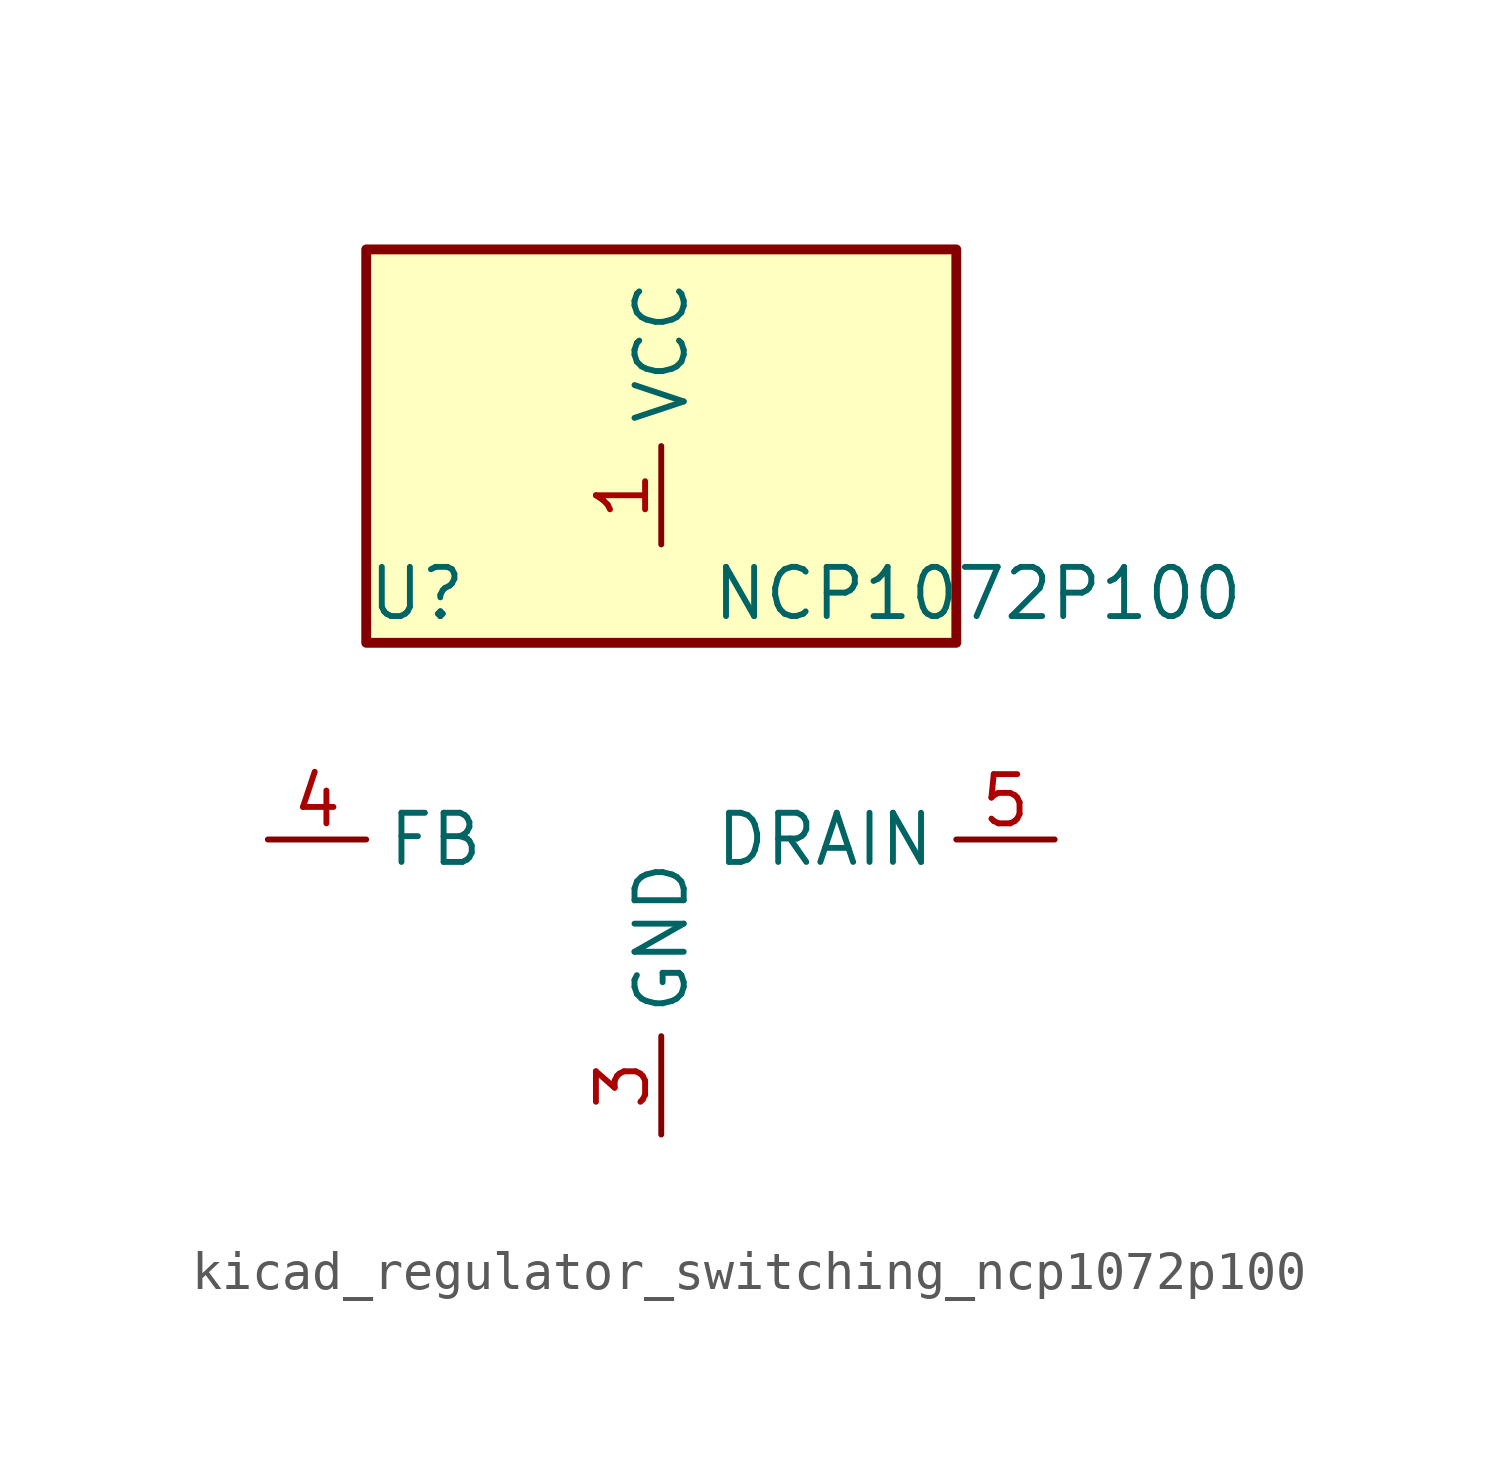
<source format=kicad_sym>
(kicad_symbol_lib
  (version 20220914)
  (generator kicad_symbol_editor)
  (symbol "kicad_regulator_switching_ncp1072p100"
    (property "Reference" "U"
      (at -7.62 6.35 0)
      (effects (font (size 1.27 1.27)) (justify left)))
    (property "Value" "NCP1072P100"
      (at 1.27 6.35 0)
      (effects (font (size 1.27 1.27)) (justify left)))
    (symbol "kicad_regulator_switching_ncp1072p100_0_1"
      (rectangle (start 7.62 15.24) (end -7.62 5.08) (stroke (width 0.254) (type default)) (fill (type background))))
    (symbol "kicad_regulator_switching_ncp1072p100_1_1"
      (pin power_in line (at 0 7.62 90) (length 2.54) (name "VCC" (effects (font (size 1.27 1.27)))) (number "1" (effects (font (size 1.27 1.27)))))
      (pin no_connect line (at -7.62 2.54 0) (length 2.54) hide (name "NC" (effects (font (size 1.27 1.27)))) (number "2" (effects (font (size 1.27 1.27)))))
      (pin power_in line (at 0 -7.62 90) (length 2.54) (name "GND" (effects (font (size 1.27 1.27)))) (number "3" (effects (font (size 1.27 1.27)))))
      (pin input line (at -10.16 0 0) (length 2.54) (name "FB" (effects (font (size 1.27 1.27)))) (number "4" (effects (font (size 1.27 1.27)))))
      (pin open_collector line (at 10.16 0 180) (length 2.54) (name "DRAIN" (effects (font (size 1.27 1.27)))) (number "5" (effects (font (size 1.27 1.27)))))
      (pin passive line (at 0 -7.62 90) (length 2.54) hide (name "GND" (effects (font (size 1.27 1.27)))) (number "7" (effects (font (size 1.27 1.27)))))
      (pin passive line (at 0 -7.62 90) (length 2.54) hide (name "GND" (effects (font (size 1.27 1.27)))) (number "8" (effects (font (size 1.27 1.27))))))))
</source>
